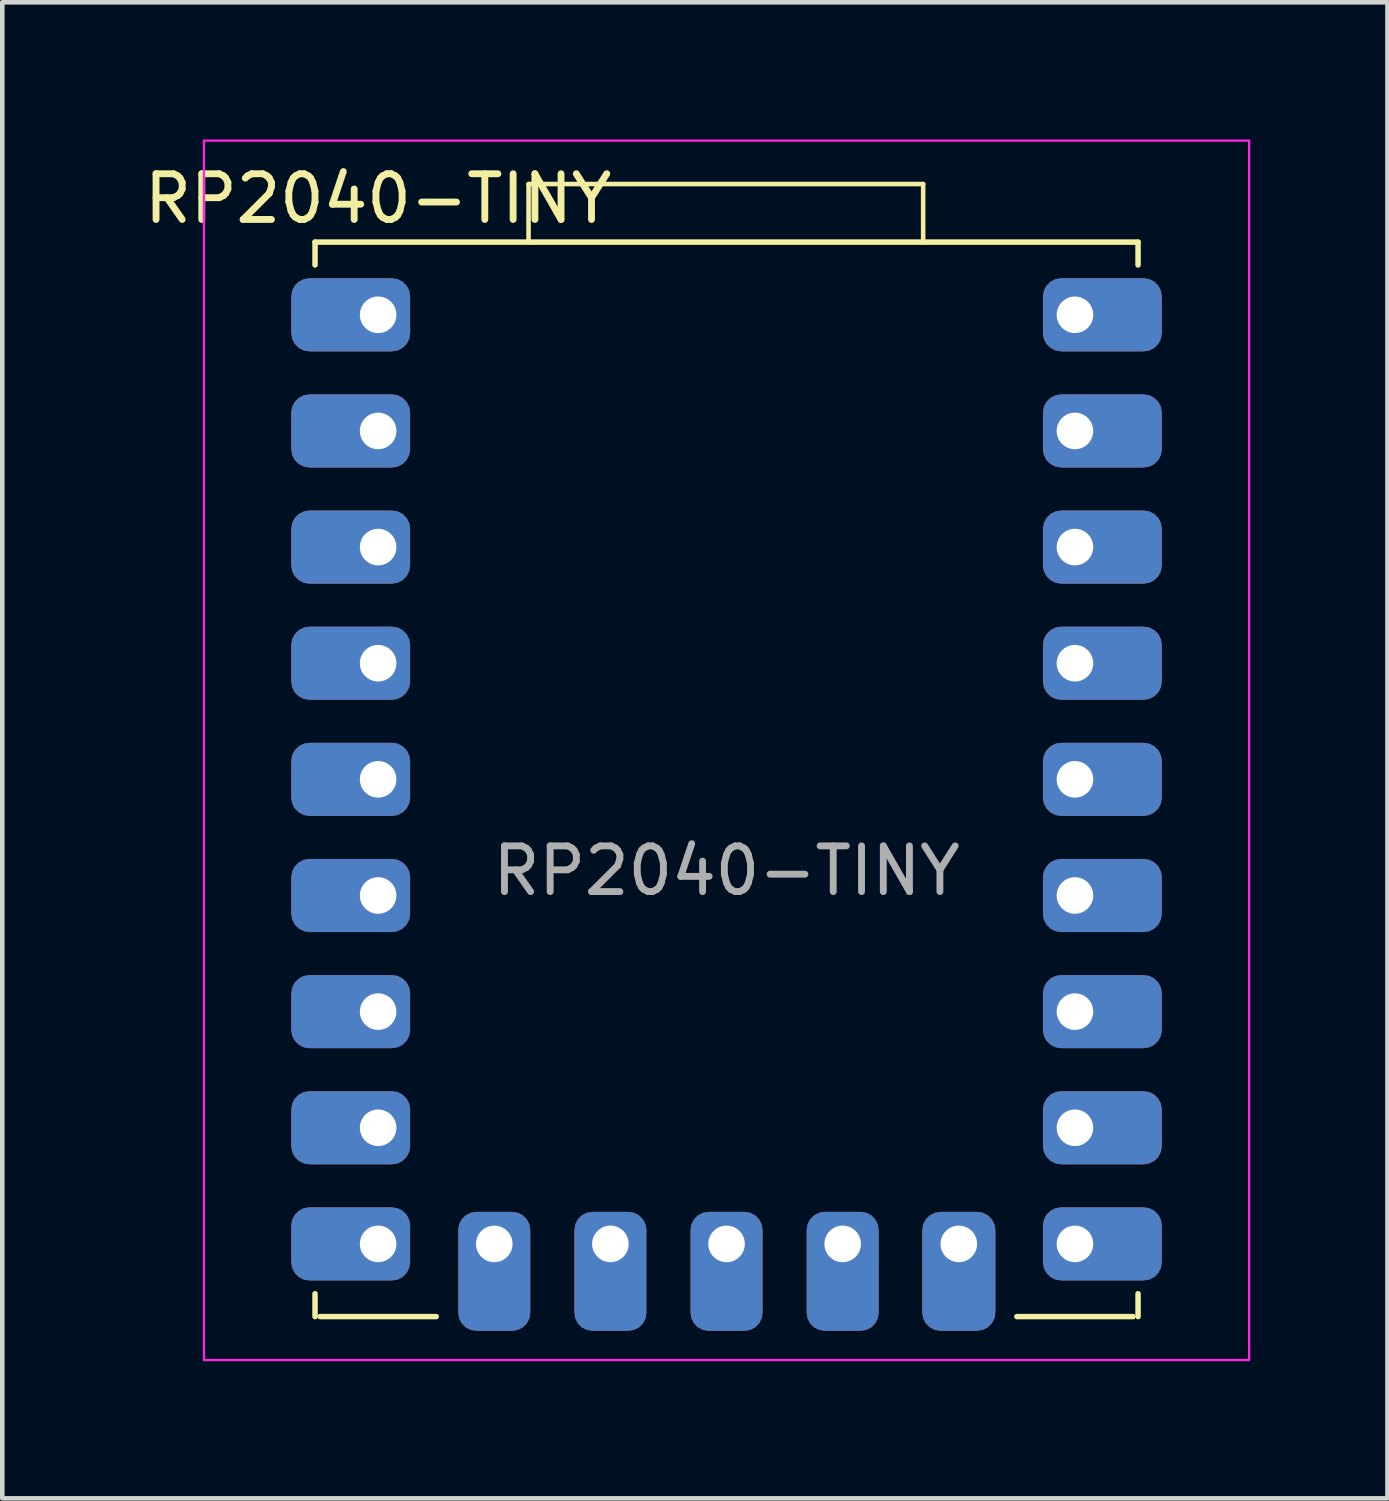
<source format=kicad_pcb>
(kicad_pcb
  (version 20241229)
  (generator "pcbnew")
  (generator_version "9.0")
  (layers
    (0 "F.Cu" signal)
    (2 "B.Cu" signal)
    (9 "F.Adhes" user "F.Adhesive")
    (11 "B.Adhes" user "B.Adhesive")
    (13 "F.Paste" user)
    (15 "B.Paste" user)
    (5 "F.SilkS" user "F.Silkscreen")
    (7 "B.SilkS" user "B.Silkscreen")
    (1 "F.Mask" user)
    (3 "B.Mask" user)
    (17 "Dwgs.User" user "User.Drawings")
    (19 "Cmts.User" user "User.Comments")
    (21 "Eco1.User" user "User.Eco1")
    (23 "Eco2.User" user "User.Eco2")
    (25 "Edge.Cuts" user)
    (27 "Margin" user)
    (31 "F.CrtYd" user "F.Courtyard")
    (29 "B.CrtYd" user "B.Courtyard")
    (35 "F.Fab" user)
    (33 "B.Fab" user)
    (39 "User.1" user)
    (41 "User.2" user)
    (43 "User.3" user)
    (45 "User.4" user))
  (footprint "RP2040-TINY"
    (layer "F.Cu")
    (at 12.84 13.995)
    (property "Reference" "RP2040-TINY" (at -7.62 -12.7 0) (unlocked yes) (layer "F.SilkS") (effects (font (size 1 1) (thickness 0.15))))
    (attr through_hole)
    (fp_line (start -9 -11.75) (end 9 -11.75) (stroke (width 0.12) (type default)) (layer "F.SilkS"))
    (fp_line (start -9 -11.25) (end -9 -11.75) (stroke (width 0.12) (type default)) (layer "F.SilkS"))
    (fp_line (start -9 11.75) (end -9 11.25) (stroke (width 0.12) (type default)) (layer "F.SilkS"))
    (fp_line (start -8.89 11.75) (end -6.35 11.75) (stroke (width 0.12) (type default)) (layer "F.SilkS"))
    (fp_line (start -4.33 -13.02) (end -4.33 -11.75) (stroke (width 0.1) (type solid)) (layer "F.SilkS"))
    (fp_line (start -4.33 -13.02) (end 4.3 -13.02) (stroke (width 0.1) (type solid)) (layer "F.SilkS"))
    (fp_line (start 4.3 -13.02) (end 4.3 -11.75) (stroke (width 0.1) (type solid)) (layer "F.SilkS"))
    (fp_line (start 8.89 11.75) (end 6.35 11.75) (stroke (width 0.12) (type default)) (layer "F.SilkS"))
    (fp_line (start 9 -11.75) (end 9 -11.25) (stroke (width 0.12) (type default)) (layer "F.SilkS"))
    (fp_line (start 9 11.75) (end 9 11.25) (stroke (width 0.12) (type default)) (layer "F.SilkS"))
    (fp_rect (start -11.43 -13.97) (end 11.43 12.7) (stroke (width 0.05) (type default)) (fill no) (layer "F.CrtYd"))
    (fp_text user "${REFERENCE}" (at 0 2 0) (unlocked yes) (layer "F.Fab") (effects (font (size 1 1) (thickness 0.15))))
    (pad "1" thru_hole roundrect (at -7.62 -10.16) (size 2.6 1.6) (drill 0.8 (offset -0.6 0)) (layers "*.Cu" "*.Mask") (roundrect_rratio 0.25))
    (pad "2" thru_hole roundrect (at -7.62 -7.62) (size 2.6 1.6) (drill 0.8 (offset -0.6 0)) (layers "*.Cu" "*.Mask") (roundrect_rratio 0.25))
    (pad "3" thru_hole roundrect (at -7.62 -5.08) (size 2.6 1.6) (drill 0.8 (offset -0.6 0)) (layers "*.Cu" "*.Mask") (roundrect_rratio 0.25))
    (pad "4" thru_hole roundrect (at -7.62 -2.54) (size 2.6 1.6) (drill 0.8 (offset -0.6 0)) (layers "*.Cu" "*.Mask") (roundrect_rratio 0.25))
    (pad "5" thru_hole roundrect (at -7.62 0) (size 2.6 1.6) (drill 0.8 (offset -0.6 0)) (layers "*.Cu" "*.Mask") (roundrect_rratio 0.25))
    (pad "6" thru_hole roundrect (at -7.62 2.54) (size 2.6 1.6) (drill 0.8 (offset -0.6 0)) (layers "*.Cu" "*.Mask") (roundrect_rratio 0.25))
    (pad "7" thru_hole roundrect (at -7.62 5.08) (size 2.6 1.6) (drill 0.8 (offset -0.6 0)) (layers "*.Cu" "*.Mask") (roundrect_rratio 0.25))
    (pad "8" thru_hole roundrect (at -7.62 7.62) (size 2.6 1.6) (drill 0.8 (offset -0.6 0)) (layers "*.Cu" "*.Mask") (roundrect_rratio 0.25))
    (pad "9" thru_hole roundrect (at -7.62 10.16) (size 2.6 1.6) (drill 0.8 (offset -0.6 0)) (layers "*.Cu" "*.Mask") (roundrect_rratio 0.25))
    (pad "10" thru_hole roundrect (at -5.08 10.16) (size 1.575 2.6) (drill 0.8 (offset 0 0.6)) (layers "*.Cu" "*.Mask") (roundrect_rratio 0.25))
    (pad "11" thru_hole roundrect (at -2.54 10.16) (size 1.575 2.6) (drill 0.8 (offset 0 0.6)) (layers "*.Cu" "*.Mask") (roundrect_rratio 0.25))
    (pad "12" thru_hole roundrect (at 0 10.16) (size 1.575 2.6) (drill 0.8 (offset 0 0.6)) (layers "*.Cu" "*.Mask") (roundrect_rratio 0.25))
    (pad "13" thru_hole roundrect (at 2.54 10.16) (size 1.575 2.6) (drill 0.8 (offset 0 0.6)) (layers "*.Cu" "*.Mask") (roundrect_rratio 0.25))
    (pad "14" thru_hole roundrect (at 5.08 10.16) (size 1.6 2.6) (drill 0.8 (offset 0 0.6)) (layers "*.Cu" "*.Mask") (roundrect_rratio 0.25))
    (pad "15" thru_hole roundrect (at 7.62 10.16) (size 2.6 1.6) (drill 0.8 (offset 0.6 0)) (layers "*.Cu" "*.Mask") (roundrect_rratio 0.25))
    (pad "16" thru_hole roundrect (at 7.62 7.62) (size 2.6 1.6) (drill 0.8 (offset 0.6 0)) (layers "*.Cu" "*.Mask") (roundrect_rratio 0.25))
    (pad "17" thru_hole roundrect (at 7.62 5.08) (size 2.6 1.6) (drill 0.8 (offset 0.6 0)) (layers "*.Cu" "*.Mask") (roundrect_rratio 0.25))
    (pad "18" thru_hole roundrect (at 7.62 2.54) (size 2.6 1.6) (drill 0.8 (offset 0.6 0)) (layers "*.Cu" "*.Mask") (roundrect_rratio 0.25))
    (pad "19" thru_hole roundrect (at 7.62 0) (size 2.6 1.6) (drill 0.8 (offset 0.6 0)) (layers "*.Cu" "*.Mask") (roundrect_rratio 0.25))
    (pad "20" thru_hole roundrect (at 7.62 -2.54) (size 2.6 1.6) (drill 0.8 (offset 0.6 0)) (layers "*.Cu" "*.Mask") (roundrect_rratio 0.25))
    (pad "21" thru_hole roundrect (at 7.62 -5.08) (size 2.6 1.6) (drill 0.8 (offset 0.6 0)) (layers "*.Cu" "*.Mask") (roundrect_rratio 0.25))
    (pad "22" thru_hole roundrect (at 7.62 -7.62) (size 2.6 1.6) (drill 0.8 (offset 0.6 0)) (layers "*.Cu" "*.Mask") (roundrect_rratio 0.25))
    (pad "23" thru_hole roundrect (at 7.62 -10.16) (size 2.6 1.6) (drill 0.8 (offset 0.6 0)) (layers "*.Cu" "*.Mask") (roundrect_rratio 0.25)))
  (gr_rect
    (start -3 -3)
    (end 27.295 29.72)
    (stroke (width 0.1) (type default))
    (fill no)
    (layer "Edge.Cuts")))
</source>
